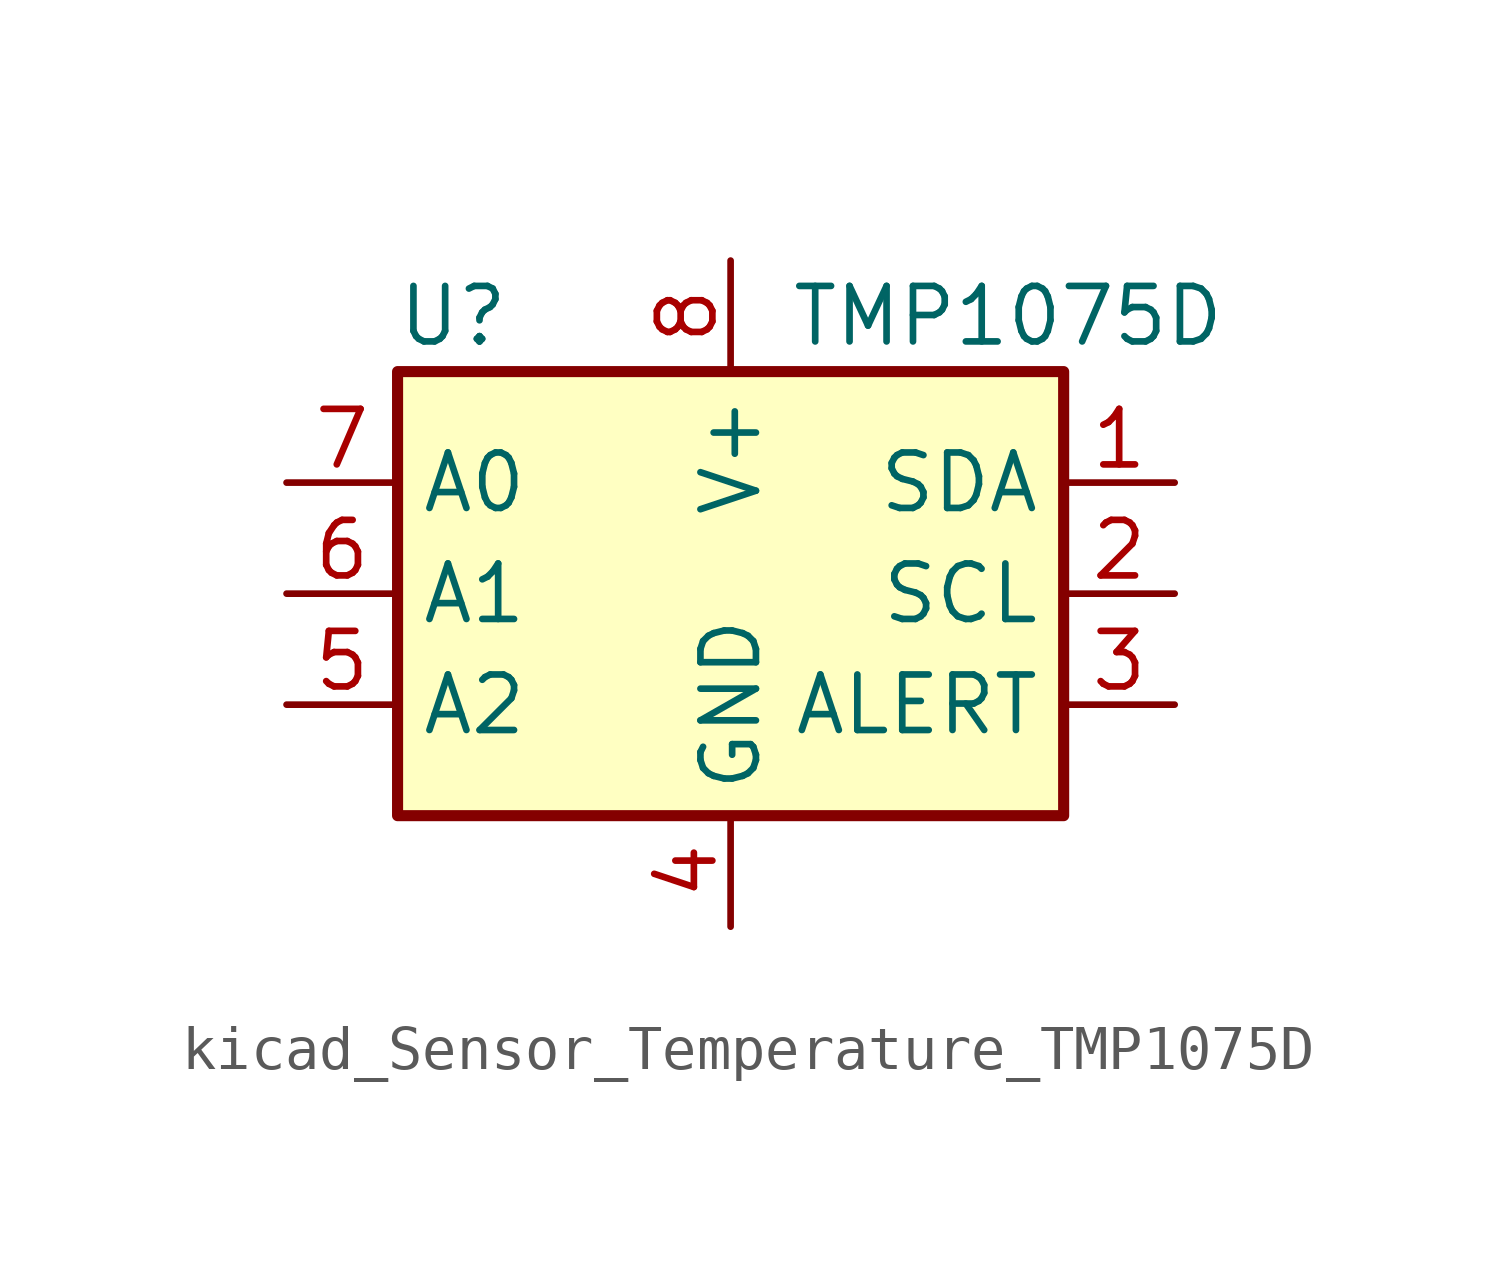
<source format=kicad_sym>
(kicad_symbol_lib
  (version 20220914)
  (generator kicad_symbol_editor)
  (symbol "kicad_Sensor_Temperature_TMP1075D"
    (property "Reference" "U"
      (at -6.35 6.35 0)
      (effects (font (size 1.27 1.27))))
    (property "Value" "TMP1075D"
      (at 6.35 6.35 0)
      (effects (font (size 1.27 1.27))))
    (symbol "kicad_Sensor_Temperature_TMP1075D_0_1"
      (rectangle (start -7.62 5.08) (end 7.62 -5.08) (stroke (width 0.254) (type default)) (fill (type background))))
    (symbol "kicad_Sensor_Temperature_TMP1075D_1_1"
      (pin bidirectional line (at 10.16 2.54 180) (length 2.54) (name "SDA" (effects (font (size 1.27 1.27)))) (number "1" (effects (font (size 1.27 1.27)))))
      (pin input line (at 10.16 0 180) (length 2.54) (name "SCL" (effects (font (size 1.27 1.27)))) (number "2" (effects (font (size 1.27 1.27)))))
      (pin open_collector line (at 10.16 -2.54 180) (length 2.54) (name "ALERT" (effects (font (size 1.27 1.27)))) (number "3" (effects (font (size 1.27 1.27)))))
      (pin power_in line (at 0 -7.62 90) (length 2.54) (name "GND" (effects (font (size 1.27 1.27)))) (number "4" (effects (font (size 1.27 1.27)))))
      (pin input line (at -10.16 -2.54 0) (length 2.54) (name "A2" (effects (font (size 1.27 1.27)))) (number "5" (effects (font (size 1.27 1.27)))))
      (pin input line (at -10.16 0 0) (length 2.54) (name "A1" (effects (font (size 1.27 1.27)))) (number "6" (effects (font (size 1.27 1.27)))))
      (pin input line (at -10.16 2.54 0) (length 2.54) (name "A0" (effects (font (size 1.27 1.27)))) (number "7" (effects (font (size 1.27 1.27)))))
      (pin power_in line (at 0 7.62 270) (length 2.54) (name "V+" (effects (font (size 1.27 1.27)))) (number "8" (effects (font (size 1.27 1.27))))))))
</source>
